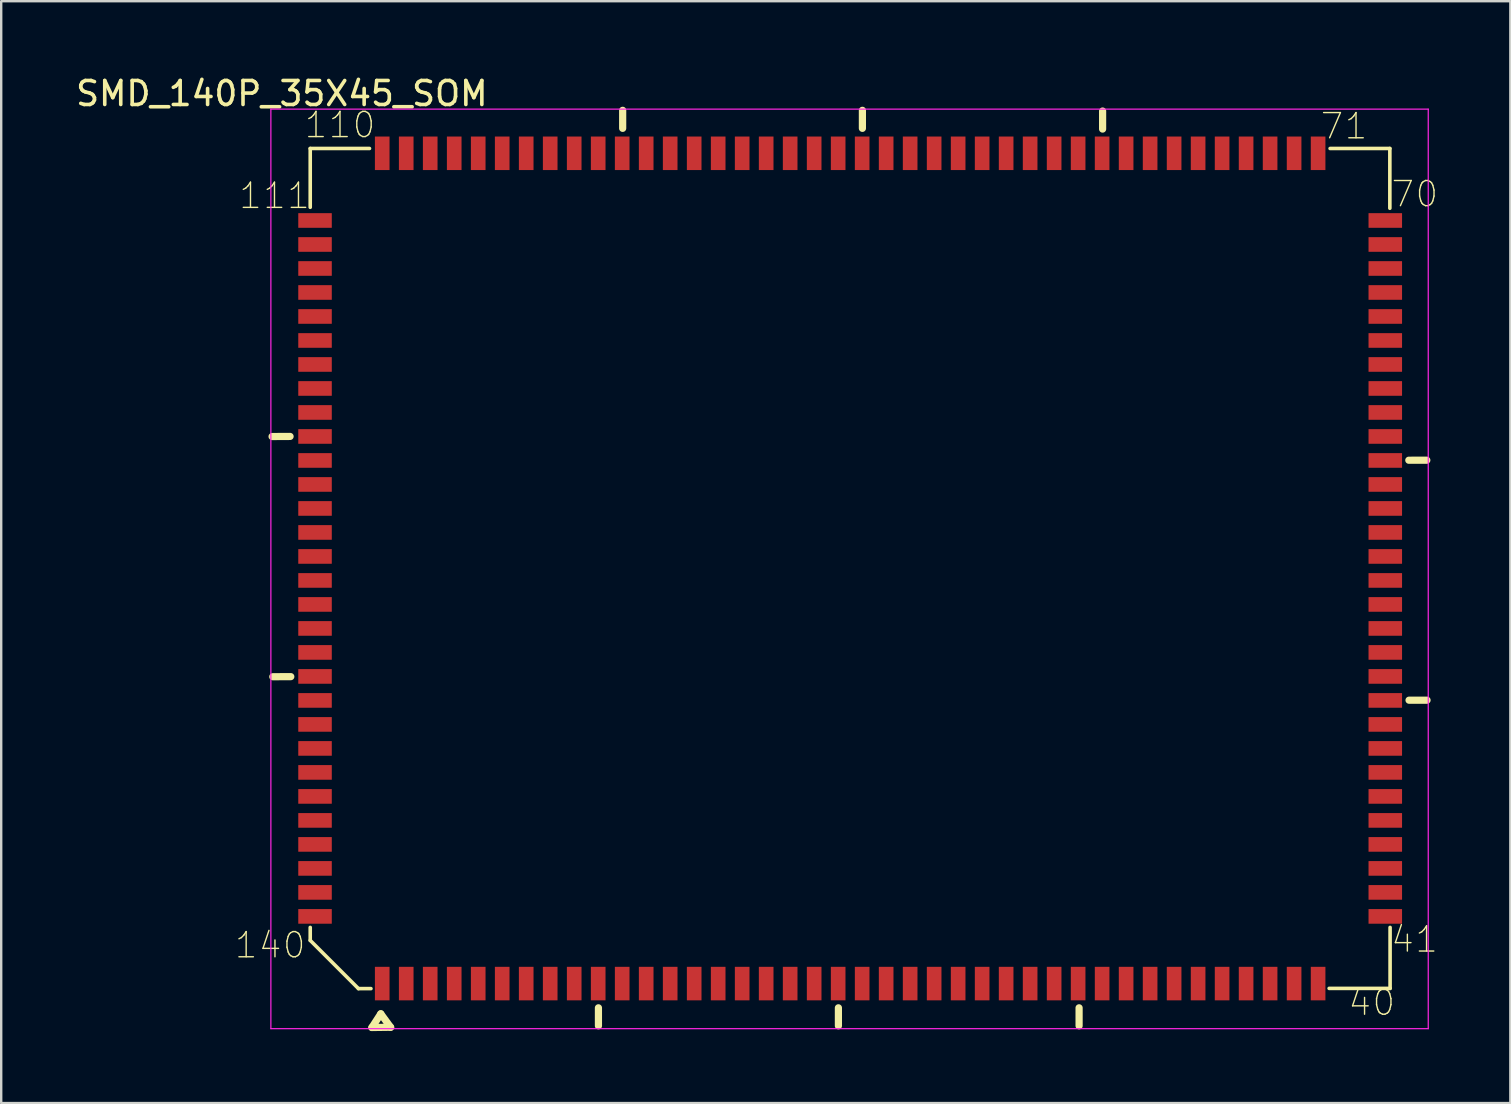
<source format=kicad_pcb>
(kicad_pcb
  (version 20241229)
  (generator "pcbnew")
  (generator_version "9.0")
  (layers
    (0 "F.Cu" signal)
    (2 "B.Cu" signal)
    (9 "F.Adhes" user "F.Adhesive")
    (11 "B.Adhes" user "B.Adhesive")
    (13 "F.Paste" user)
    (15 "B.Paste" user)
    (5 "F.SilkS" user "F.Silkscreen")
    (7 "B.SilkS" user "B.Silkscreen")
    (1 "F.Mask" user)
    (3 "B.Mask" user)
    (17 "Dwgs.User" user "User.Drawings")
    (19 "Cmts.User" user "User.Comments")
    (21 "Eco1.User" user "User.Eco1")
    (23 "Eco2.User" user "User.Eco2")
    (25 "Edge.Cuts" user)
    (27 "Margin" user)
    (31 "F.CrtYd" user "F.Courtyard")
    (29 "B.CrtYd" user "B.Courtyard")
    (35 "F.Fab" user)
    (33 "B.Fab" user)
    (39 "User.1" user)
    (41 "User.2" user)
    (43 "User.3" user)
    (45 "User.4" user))
  (footprint "SMD_140P_35X45_SOM"
    (layer "F.Cu")
    (at 32.378 20.638)
    (property "Reference" "SMD_140P_35X45_SOM" (at -23.682 -19.789 0) (layer "F.SilkS") (effects (font (size 1 1) (thickness 0.15))))
    (attr through_hole)
    (fp_line (start -24.09 -5.497) (end -23.34 -5.501) (stroke (width 0.3) (type solid)) (layer "F.SilkS"))
    (fp_line (start -24.06 4.513) (end -23.31 4.509) (stroke (width 0.3) (type solid)) (layer "F.SilkS"))
    (fp_line (start -22.5 -17.5) (end -20.03 -17.5) (stroke (width 0.15) (type solid)) (layer "F.SilkS"))
    (fp_line (start -22.5 -15.05) (end -22.5 -17.5) (stroke (width 0.15) (type solid)) (layer "F.SilkS"))
    (fp_line (start -22.5 15.5) (end -22.5 14.96) (stroke (width 0.15) (type solid)) (layer "F.SilkS"))
    (fp_line (start -22.5 15.5) (end -20.49 17.51) (stroke (width 0.15) (type solid)) (layer "F.SilkS"))
    (fp_line (start -20.49 17.51) (end -19.97 17.51) (stroke (width 0.15) (type solid)) (layer "F.SilkS"))
    (fp_line (start -19.93 19.13) (end -19.56 18.56) (stroke (width 0.3) (type solid)) (layer "F.SilkS"))
    (fp_line (start -19.93 19.13) (end -19.15 19.12) (stroke (width 0.3) (type solid)) (layer "F.SilkS"))
    (fp_line (start -19.56 18.56) (end -19.15 19.12) (stroke (width 0.3) (type solid)) (layer "F.SilkS"))
    (fp_line (start -10.49 19.06) (end -10.49 18.31) (stroke (width 0.3) (type solid)) (layer "F.SilkS"))
    (fp_line (start -9.48 -18.34) (end -9.48 -19.09) (stroke (width 0.3) (type solid)) (layer "F.SilkS"))
    (fp_line (start -0.49 19.06) (end -0.49 18.31) (stroke (width 0.3) (type solid)) (layer "F.SilkS"))
    (fp_line (start 0.51 -18.34) (end 0.51 -19.09) (stroke (width 0.3) (type solid)) (layer "F.SilkS"))
    (fp_line (start 9.54 19.06) (end 9.54 18.31) (stroke (width 0.3) (type solid)) (layer "F.SilkS"))
    (fp_line (start 10.52 -18.31) (end 10.52 -19.06) (stroke (width 0.3) (type solid)) (layer "F.SilkS"))
    (fp_line (start 19.96 17.5) (end 22.5 17.5) (stroke (width 0.15) (type solid)) (layer "F.SilkS"))
    (fp_line (start 20 -17.5) (end 22.49 -17.5) (stroke (width 0.15) (type solid)) (layer "F.SilkS"))
    (fp_line (start 22.49 -15.01) (end 22.49 -17.5) (stroke (width 0.15) (type solid)) (layer "F.SilkS"))
    (fp_line (start 22.5 17.5) (end 22.5 14.96) (stroke (width 0.15) (type solid)) (layer "F.SilkS"))
    (fp_line (start 23.28 -4.509) (end 24.03 -4.51) (stroke (width 0.3) (type solid)) (layer "F.SilkS"))
    (fp_line (start 23.29 5.491) (end 24.04 5.49) (stroke (width 0.3) (type solid)) (layer "F.SilkS"))
    (fp_line (start -24.14 -19.14) (end 24.09 -19.14) (stroke (width 0.05) (type solid)) (layer "F.CrtYd"))
    (fp_line (start -24.14 19.18) (end -24.14 -19.14) (stroke (width 0.05) (type solid)) (layer "F.CrtYd"))
    (fp_line (start 24.09 -19.14) (end 24.09 19.18) (stroke (width 0.05) (type solid)) (layer "F.CrtYd"))
    (fp_line (start 24.09 19.18) (end -24.14 19.18) (stroke (width 0.05) (type solid)) (layer "F.CrtYd"))
    (fp_text user "70" (at 23.53 -15.6 0) (layer "F.SilkS") (effects (font (size 1.05 1.05) (thickness 0.058))))
    (fp_text user "140" (at -24.17 15.7 0) (layer "F.SilkS") (effects (font (size 1.05 1.05) (thickness 0.058))))
    (fp_text user "71" (at 20.58 -18.43 0) (layer "F.SilkS") (effects (font (size 1.05 1.05) (thickness 0.058))))
    (fp_text user "111" (at -23.99 -15.53 0) (layer "F.SilkS") (effects (font (size 1.05 1.05) (thickness 0.058))))
    (fp_text user "41" (at 23.52 15.46 0) (layer "F.SilkS") (effects (font (size 1.05 1.05) (thickness 0.058))))
    (fp_text user "110" (at -21.26 -18.48 0) (layer "F.SilkS") (effects (font (size 1.05 1.05) (thickness 0.058))))
    (fp_text user "40" (at 21.736 18.094 0) (layer "F.SilkS") (effects (font (size 1.05 1.05) (thickness 0.058))))
    (pad "1" smd rect (at -19.5 17.3) (size 0.61 1.397) (layers "F.Cu" "F.Mask" "F.Paste"))
    (pad "2" smd rect (at -18.5 17.3) (size 0.61 1.397) (layers "F.Cu" "F.Mask" "F.Paste"))
    (pad "3" smd rect (at -17.5 17.3) (size 0.61 1.397) (layers "F.Cu" "F.Mask" "F.Paste"))
    (pad "4" smd rect (at -16.5 17.3) (size 0.61 1.397) (layers "F.Cu" "F.Mask" "F.Paste"))
    (pad "5" smd rect (at -15.5 17.3) (size 0.61 1.397) (layers "F.Cu" "F.Mask" "F.Paste"))
    (pad "6" smd rect (at -14.5 17.3) (size 0.61 1.397) (layers "F.Cu" "F.Mask" "F.Paste"))
    (pad "7" smd rect (at -13.5 17.3) (size 0.61 1.397) (layers "F.Cu" "F.Mask" "F.Paste"))
    (pad "8" smd rect (at -12.5 17.3) (size 0.61 1.397) (layers "F.Cu" "F.Mask" "F.Paste"))
    (pad "9" smd rect (at -11.5 17.3) (size 0.61 1.397) (layers "F.Cu" "F.Mask" "F.Paste"))
    (pad "10" smd rect (at -10.5 17.3) (size 0.61 1.397) (layers "F.Cu" "F.Mask" "F.Paste"))
    (pad "11" smd rect (at -9.5 17.3) (size 0.61 1.397) (layers "F.Cu" "F.Mask" "F.Paste"))
    (pad "12" smd rect (at -8.5 17.3) (size 0.61 1.397) (layers "F.Cu" "F.Mask" "F.Paste"))
    (pad "13" smd rect (at -7.5 17.3) (size 0.61 1.397) (layers "F.Cu" "F.Mask" "F.Paste"))
    (pad "14" smd rect (at -6.5 17.3) (size 0.61 1.397) (layers "F.Cu" "F.Mask" "F.Paste"))
    (pad "15" smd rect (at -5.5 17.3) (size 0.61 1.397) (layers "F.Cu" "F.Mask" "F.Paste"))
    (pad "16" smd rect (at -4.5 17.3) (size 0.61 1.397) (layers "F.Cu" "F.Mask" "F.Paste"))
    (pad "17" smd rect (at -3.5 17.3) (size 0.61 1.397) (layers "F.Cu" "F.Mask" "F.Paste"))
    (pad "18" smd rect (at -2.5 17.3) (size 0.61 1.397) (layers "F.Cu" "F.Mask" "F.Paste"))
    (pad "19" smd rect (at -1.5 17.3) (size 0.61 1.397) (layers "F.Cu" "F.Mask" "F.Paste"))
    (pad "20" smd rect (at -0.5 17.3) (size 0.61 1.397) (layers "F.Cu" "F.Mask" "F.Paste"))
    (pad "21" smd rect (at 0.5 17.3) (size 0.61 1.397) (layers "F.Cu" "F.Mask" "F.Paste"))
    (pad "22" smd rect (at 1.5 17.3) (size 0.61 1.397) (layers "F.Cu" "F.Mask" "F.Paste"))
    (pad "23" smd rect (at 2.5 17.3) (size 0.61 1.397) (layers "F.Cu" "F.Mask" "F.Paste"))
    (pad "24" smd rect (at 3.5 17.3) (size 0.61 1.397) (layers "F.Cu" "F.Mask" "F.Paste"))
    (pad "25" smd rect (at 4.5 17.3) (size 0.61 1.397) (layers "F.Cu" "F.Mask" "F.Paste"))
    (pad "26" smd rect (at 5.5 17.3) (size 0.61 1.397) (layers "F.Cu" "F.Mask" "F.Paste"))
    (pad "27" smd rect (at 6.5 17.3) (size 0.61 1.397) (layers "F.Cu" "F.Mask" "F.Paste"))
    (pad "28" smd rect (at 7.5 17.3) (size 0.61 1.397) (layers "F.Cu" "F.Mask" "F.Paste"))
    (pad "29" smd rect (at 8.5 17.3) (size 0.61 1.397) (layers "F.Cu" "F.Mask" "F.Paste"))
    (pad "30" smd rect (at 9.5 17.3) (size 0.61 1.397) (layers "F.Cu" "F.Mask" "F.Paste"))
    (pad "31" smd rect (at 10.5 17.3) (size 0.61 1.397) (layers "F.Cu" "F.Mask" "F.Paste"))
    (pad "32" smd rect (at 11.5 17.3) (size 0.61 1.397) (layers "F.Cu" "F.Mask" "F.Paste"))
    (pad "33" smd rect (at 12.5 17.3) (size 0.61 1.397) (layers "F.Cu" "F.Mask" "F.Paste"))
    (pad "34" smd rect (at 13.5 17.3) (size 0.61 1.397) (layers "F.Cu" "F.Mask" "F.Paste"))
    (pad "35" smd rect (at 14.5 17.3) (size 0.61 1.397) (layers "F.Cu" "F.Mask" "F.Paste"))
    (pad "36" smd rect (at 15.5 17.3) (size 0.61 1.397) (layers "F.Cu" "F.Mask" "F.Paste"))
    (pad "37" smd rect (at 16.5 17.3) (size 0.61 1.397) (layers "F.Cu" "F.Mask" "F.Paste"))
    (pad "38" smd rect (at 17.5 17.3) (size 0.61 1.397) (layers "F.Cu" "F.Mask" "F.Paste"))
    (pad "39" smd rect (at 18.5 17.3) (size 0.61 1.397) (layers "F.Cu" "F.Mask" "F.Paste"))
    (pad "40" smd rect (at 19.5 17.3) (size 0.61 1.397) (layers "F.Cu" "F.Mask" "F.Paste"))
    (pad "41" smd rect (at 22.3 14.5) (size 1.397 0.61) (layers "F.Cu" "F.Mask" "F.Paste"))
    (pad "42" smd rect (at 22.3 13.5) (size 1.397 0.61) (layers "F.Cu" "F.Mask" "F.Paste"))
    (pad "43" smd rect (at 22.3 12.5) (size 1.397 0.61) (layers "F.Cu" "F.Mask" "F.Paste"))
    (pad "44" smd rect (at 22.3 11.5) (size 1.397 0.61) (layers "F.Cu" "F.Mask" "F.Paste"))
    (pad "45" smd rect (at 22.3 10.5) (size 1.397 0.61) (layers "F.Cu" "F.Mask" "F.Paste"))
    (pad "46" smd rect (at 22.3 9.5) (size 1.397 0.61) (layers "F.Cu" "F.Mask" "F.Paste"))
    (pad "47" smd rect (at 22.3 8.5) (size 1.397 0.61) (layers "F.Cu" "F.Mask" "F.Paste"))
    (pad "48" smd rect (at 22.3 7.5) (size 1.397 0.61) (layers "F.Cu" "F.Mask" "F.Paste"))
    (pad "49" smd rect (at 22.3 6.5) (size 1.397 0.61) (layers "F.Cu" "F.Mask" "F.Paste"))
    (pad "50" smd rect (at 22.3 5.5) (size 1.397 0.61) (layers "F.Cu" "F.Mask" "F.Paste"))
    (pad "51" smd rect (at 22.3 4.5) (size 1.397 0.61) (layers "F.Cu" "F.Mask" "F.Paste"))
    (pad "52" smd rect (at 22.3 3.5) (size 1.397 0.61) (layers "F.Cu" "F.Mask" "F.Paste"))
    (pad "53" smd rect (at 22.3 2.5) (size 1.397 0.61) (layers "F.Cu" "F.Mask" "F.Paste"))
    (pad "54" smd rect (at 22.3 1.5) (size 1.397 0.61) (layers "F.Cu" "F.Mask" "F.Paste"))
    (pad "55" smd rect (at 22.3 0.5) (size 1.397 0.61) (layers "F.Cu" "F.Mask" "F.Paste"))
    (pad "56" smd rect (at 22.3 -0.5) (size 1.397 0.61) (layers "F.Cu" "F.Mask" "F.Paste"))
    (pad "57" smd rect (at 22.3 -1.5) (size 1.397 0.61) (layers "F.Cu" "F.Mask" "F.Paste"))
    (pad "58" smd rect (at 22.3 -2.5) (size 1.397 0.61) (layers "F.Cu" "F.Mask" "F.Paste"))
    (pad "59" smd rect (at 22.3 -3.5) (size 1.397 0.61) (layers "F.Cu" "F.Mask" "F.Paste"))
    (pad "60" smd rect (at 22.3 -4.5) (size 1.397 0.61) (layers "F.Cu" "F.Mask" "F.Paste"))
    (pad "61" smd rect (at 22.3 -5.5) (size 1.397 0.61) (layers "F.Cu" "F.Mask" "F.Paste"))
    (pad "62" smd rect (at 22.3 -6.5) (size 1.397 0.61) (layers "F.Cu" "F.Mask" "F.Paste"))
    (pad "63" smd rect (at 22.3 -7.5) (size 1.397 0.61) (layers "F.Cu" "F.Mask" "F.Paste"))
    (pad "64" smd rect (at 22.3 -8.5) (size 1.397 0.61) (layers "F.Cu" "F.Mask" "F.Paste"))
    (pad "65" smd rect (at 22.3 -9.5) (size 1.397 0.61) (layers "F.Cu" "F.Mask" "F.Paste"))
    (pad "66" smd rect (at 22.3 -10.5) (size 1.397 0.61) (layers "F.Cu" "F.Mask" "F.Paste"))
    (pad "67" smd rect (at 22.3 -11.5) (size 1.397 0.61) (layers "F.Cu" "F.Mask" "F.Paste"))
    (pad "68" smd rect (at 22.3 -12.5) (size 1.397 0.61) (layers "F.Cu" "F.Mask" "F.Paste"))
    (pad "69" smd rect (at 22.3 -13.5) (size 1.397 0.61) (layers "F.Cu" "F.Mask" "F.Paste"))
    (pad "70" smd rect (at 22.3 -14.5) (size 1.397 0.61) (layers "F.Cu" "F.Mask" "F.Paste"))
    (pad "71" smd rect (at 19.5 -17.3) (size 0.61 1.397) (layers "F.Cu" "F.Mask" "F.Paste"))
    (pad "72" smd rect (at 18.5 -17.3) (size 0.61 1.397) (layers "F.Cu" "F.Mask" "F.Paste"))
    (pad "73" smd rect (at 17.5 -17.3) (size 0.61 1.397) (layers "F.Cu" "F.Mask" "F.Paste"))
    (pad "74" smd rect (at 16.5 -17.3) (size 0.61 1.397) (layers "F.Cu" "F.Mask" "F.Paste"))
    (pad "75" smd rect (at 15.5 -17.3) (size 0.61 1.397) (layers "F.Cu" "F.Mask" "F.Paste"))
    (pad "76" smd rect (at 14.5 -17.3) (size 0.61 1.397) (layers "F.Cu" "F.Mask" "F.Paste"))
    (pad "77" smd rect (at 13.5 -17.3) (size 0.61 1.397) (layers "F.Cu" "F.Mask" "F.Paste"))
    (pad "78" smd rect (at 12.5 -17.3) (size 0.61 1.397) (layers "F.Cu" "F.Mask" "F.Paste"))
    (pad "79" smd rect (at 11.5 -17.3) (size 0.61 1.397) (layers "F.Cu" "F.Mask" "F.Paste"))
    (pad "80" smd rect (at 10.5 -17.3) (size 0.61 1.397) (layers "F.Cu" "F.Mask" "F.Paste"))
    (pad "81" smd rect (at 9.5 -17.3) (size 0.61 1.397) (layers "F.Cu" "F.Mask" "F.Paste"))
    (pad "82" smd rect (at 8.5 -17.3) (size 0.61 1.397) (layers "F.Cu" "F.Mask" "F.Paste"))
    (pad "83" smd rect (at 7.5 -17.3) (size 0.61 1.397) (layers "F.Cu" "F.Mask" "F.Paste"))
    (pad "84" smd rect (at 6.5 -17.3) (size 0.61 1.397) (layers "F.Cu" "F.Mask" "F.Paste"))
    (pad "85" smd rect (at 5.5 -17.3) (size 0.61 1.397) (layers "F.Cu" "F.Mask" "F.Paste"))
    (pad "86" smd rect (at 4.5 -17.3) (size 0.61 1.397) (layers "F.Cu" "F.Mask" "F.Paste"))
    (pad "87" smd rect (at 3.5 -17.3) (size 0.61 1.397) (layers "F.Cu" "F.Mask" "F.Paste"))
    (pad "88" smd rect (at 2.5 -17.3) (size 0.61 1.397) (layers "F.Cu" "F.Mask" "F.Paste"))
    (pad "89" smd rect (at 1.5 -17.3) (size 0.61 1.397) (layers "F.Cu" "F.Mask" "F.Paste"))
    (pad "90" smd rect (at 0.5 -17.3) (size 0.61 1.397) (layers "F.Cu" "F.Mask" "F.Paste"))
    (pad "91" smd rect (at -0.5 -17.3) (size 0.61 1.397) (layers "F.Cu" "F.Mask" "F.Paste"))
    (pad "92" smd rect (at -1.5 -17.3) (size 0.61 1.397) (layers "F.Cu" "F.Mask" "F.Paste"))
    (pad "93" smd rect (at -2.5 -17.3) (size 0.61 1.397) (layers "F.Cu" "F.Mask" "F.Paste"))
    (pad "94" smd rect (at -3.5 -17.3) (size 0.61 1.397) (layers "F.Cu" "F.Mask" "F.Paste"))
    (pad "95" smd rect (at -4.5 -17.3) (size 0.61 1.397) (layers "F.Cu" "F.Mask" "F.Paste"))
    (pad "96" smd rect (at -5.5 -17.3) (size 0.61 1.397) (layers "F.Cu" "F.Mask" "F.Paste"))
    (pad "97" smd rect (at -6.5 -17.3) (size 0.61 1.397) (layers "F.Cu" "F.Mask" "F.Paste"))
    (pad "98" smd rect (at -7.5 -17.3) (size 0.61 1.397) (layers "F.Cu" "F.Mask" "F.Paste"))
    (pad "99" smd rect (at -8.5 -17.3) (size 0.61 1.397) (layers "F.Cu" "F.Mask" "F.Paste"))
    (pad "100" smd rect (at -9.5 -17.3) (size 0.61 1.397) (layers "F.Cu" "F.Mask" "F.Paste"))
    (pad "101" smd rect (at -10.5 -17.3) (size 0.61 1.397) (layers "F.Cu" "F.Mask" "F.Paste"))
    (pad "102" smd rect (at -11.5 -17.3) (size 0.61 1.397) (layers "F.Cu" "F.Mask" "F.Paste"))
    (pad "103" smd rect (at -12.5 -17.3) (size 0.61 1.397) (layers "F.Cu" "F.Mask" "F.Paste"))
    (pad "104" smd rect (at -13.5 -17.3) (size 0.61 1.397) (layers "F.Cu" "F.Mask" "F.Paste"))
    (pad "105" smd rect (at -14.5 -17.3) (size 0.61 1.397) (layers "F.Cu" "F.Mask" "F.Paste"))
    (pad "106" smd rect (at -15.5 -17.3) (size 0.61 1.397) (layers "F.Cu" "F.Mask" "F.Paste"))
    (pad "107" smd rect (at -16.5 -17.3) (size 0.61 1.397) (layers "F.Cu" "F.Mask" "F.Paste"))
    (pad "108" smd rect (at -17.5 -17.3) (size 0.61 1.397) (layers "F.Cu" "F.Mask" "F.Paste"))
    (pad "109" smd rect (at -18.5 -17.3) (size 0.61 1.397) (layers "F.Cu" "F.Mask" "F.Paste"))
    (pad "110" smd rect (at -19.5 -17.3) (size 0.61 1.397) (layers "F.Cu" "F.Mask" "F.Paste"))
    (pad "111" smd rect (at -22.3 -14.5) (size 1.397 0.61) (layers "F.Cu" "F.Mask" "F.Paste"))
    (pad "112" smd rect (at -22.3 -13.5) (size 1.397 0.61) (layers "F.Cu" "F.Mask" "F.Paste"))
    (pad "113" smd rect (at -22.3 -12.5) (size 1.397 0.61) (layers "F.Cu" "F.Mask" "F.Paste"))
    (pad "114" smd rect (at -22.3 -11.5) (size 1.397 0.61) (layers "F.Cu" "F.Mask" "F.Paste"))
    (pad "115" smd rect (at -22.3 -10.5) (size 1.397 0.61) (layers "F.Cu" "F.Mask" "F.Paste"))
    (pad "116" smd rect (at -22.3 -9.5) (size 1.397 0.61) (layers "F.Cu" "F.Mask" "F.Paste"))
    (pad "117" smd rect (at -22.3 -8.5) (size 1.397 0.61) (layers "F.Cu" "F.Mask" "F.Paste"))
    (pad "118" smd rect (at -22.3 -7.5) (size 1.397 0.61) (layers "F.Cu" "F.Mask" "F.Paste"))
    (pad "119" smd rect (at -22.3 -6.5) (size 1.397 0.61) (layers "F.Cu" "F.Mask" "F.Paste"))
    (pad "120" smd rect (at -22.3 -5.5) (size 1.397 0.61) (layers "F.Cu" "F.Mask" "F.Paste"))
    (pad "121" smd rect (at -22.3 -4.5) (size 1.397 0.61) (layers "F.Cu" "F.Mask" "F.Paste"))
    (pad "122" smd rect (at -22.3 -3.5) (size 1.397 0.61) (layers "F.Cu" "F.Mask" "F.Paste"))
    (pad "123" smd rect (at -22.3 -2.5) (size 1.397 0.61) (layers "F.Cu" "F.Mask" "F.Paste"))
    (pad "124" smd rect (at -22.3 -1.5) (size 1.397 0.61) (layers "F.Cu" "F.Mask" "F.Paste"))
    (pad "125" smd rect (at -22.3 -0.5) (size 1.397 0.61) (layers "F.Cu" "F.Mask" "F.Paste"))
    (pad "126" smd rect (at -22.3 0.5) (size 1.397 0.61) (layers "F.Cu" "F.Mask" "F.Paste"))
    (pad "127" smd rect (at -22.3 1.5) (size 1.397 0.61) (layers "F.Cu" "F.Mask" "F.Paste"))
    (pad "128" smd rect (at -22.3 2.5) (size 1.397 0.61) (layers "F.Cu" "F.Mask" "F.Paste"))
    (pad "129" smd rect (at -22.3 3.5) (size 1.397 0.61) (layers "F.Cu" "F.Mask" "F.Paste"))
    (pad "130" smd rect (at -22.3 4.5) (size 1.397 0.61) (layers "F.Cu" "F.Mask" "F.Paste"))
    (pad "131" smd rect (at -22.3 5.5) (size 1.397 0.61) (layers "F.Cu" "F.Mask" "F.Paste"))
    (pad "132" smd rect (at -22.3 6.5) (size 1.397 0.61) (layers "F.Cu" "F.Mask" "F.Paste"))
    (pad "133" smd rect (at -22.3 7.5) (size 1.397 0.61) (layers "F.Cu" "F.Mask" "F.Paste"))
    (pad "134" smd rect (at -22.3 8.5) (size 1.397 0.61) (layers "F.Cu" "F.Mask" "F.Paste"))
    (pad "135" smd rect (at -22.3 9.5) (size 1.397 0.61) (layers "F.Cu" "F.Mask" "F.Paste"))
    (pad "136" smd rect (at -22.3 10.5) (size 1.397 0.61) (layers "F.Cu" "F.Mask" "F.Paste"))
    (pad "137" smd rect (at -22.3 11.5) (size 1.397 0.61) (layers "F.Cu" "F.Mask" "F.Paste"))
    (pad "138" smd rect (at -22.3 12.5) (size 1.397 0.61) (layers "F.Cu" "F.Mask" "F.Paste"))
    (pad "139" smd rect (at -22.3 13.5) (size 1.397 0.61) (layers "F.Cu" "F.Mask" "F.Paste"))
    (pad "140" smd rect (at -22.3 14.5) (size 1.397 0.61) (layers "F.Cu" "F.Mask" "F.Paste")))
  (gr_rect
    (start -3 -3)
    (end 59.89 42.918)
    (stroke (width 0.1) (type default))
    (fill no)
    (layer "Edge.Cuts")))
</source>
